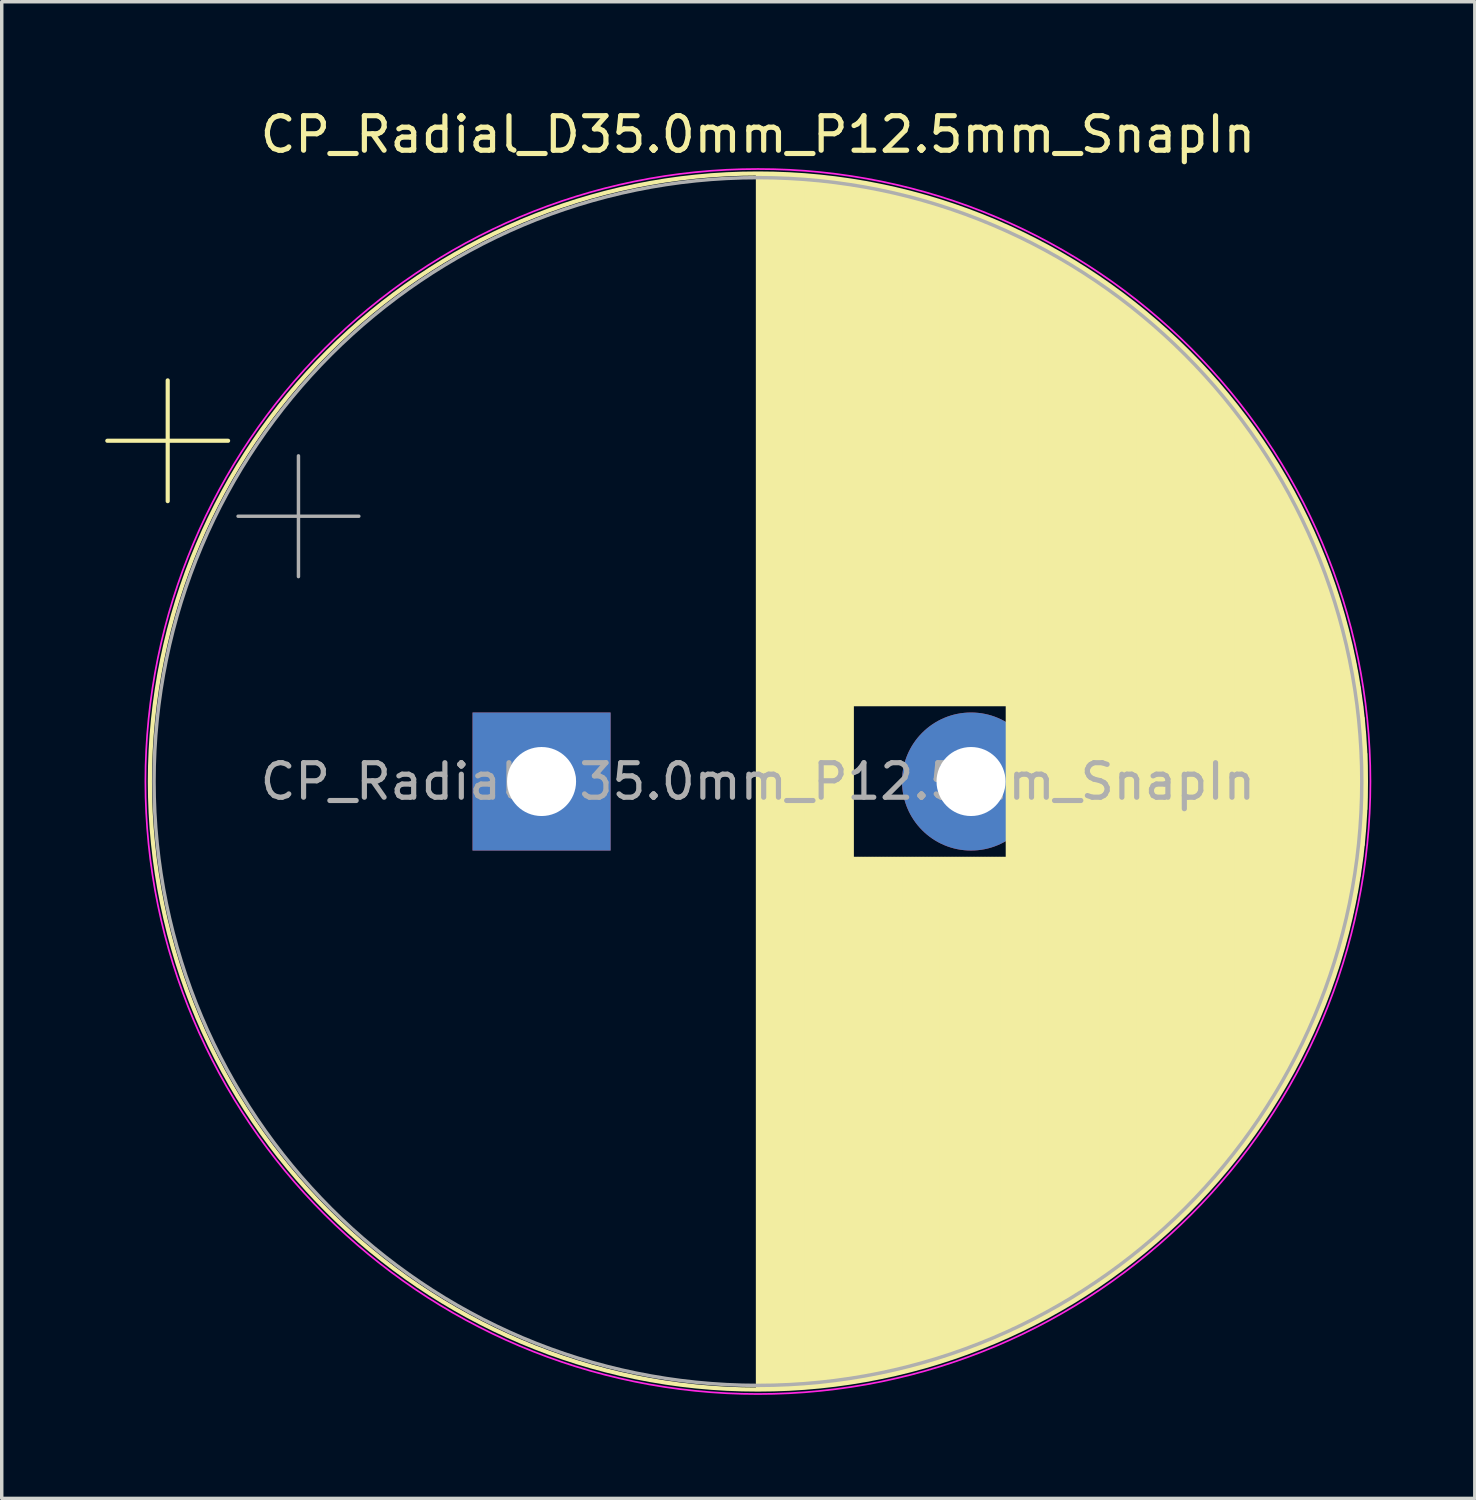
<source format=kicad_pcb>
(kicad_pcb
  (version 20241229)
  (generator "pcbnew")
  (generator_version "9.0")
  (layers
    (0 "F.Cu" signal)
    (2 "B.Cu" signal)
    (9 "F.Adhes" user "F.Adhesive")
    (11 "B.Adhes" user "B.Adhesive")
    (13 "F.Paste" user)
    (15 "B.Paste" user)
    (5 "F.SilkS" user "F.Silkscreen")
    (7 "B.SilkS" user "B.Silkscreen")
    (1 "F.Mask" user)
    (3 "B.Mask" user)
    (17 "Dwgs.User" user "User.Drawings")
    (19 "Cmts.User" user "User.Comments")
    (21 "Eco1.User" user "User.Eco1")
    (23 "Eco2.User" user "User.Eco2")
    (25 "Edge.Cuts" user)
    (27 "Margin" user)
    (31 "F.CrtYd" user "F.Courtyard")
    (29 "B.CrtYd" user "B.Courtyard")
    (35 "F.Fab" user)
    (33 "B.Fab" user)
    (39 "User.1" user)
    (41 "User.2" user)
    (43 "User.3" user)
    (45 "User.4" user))
  (footprint "CP_Radial_D35.0mm_P12.5mm_SnapIn"
    (layer "F.Cu")
    (at 13.914 19.598)
    (property "Reference" "CP_Radial_D35.0mm_P12.5mm_SnapIn" (at 5 -18.75 0) (layer "F.SilkS") (effects (font (size 1 1) (thickness 0.15))))
    (attr through_hole)
    (fp_line (start -13.854 -9.875) (end -10.354 -9.875) (stroke (width 0.12) (type solid)) (layer "F.SilkS"))
    (fp_line (start -12.104 -11.625) (end -12.104 -8.125) (stroke (width 0.12) (type solid)) (layer "F.SilkS"))
    (fp_line (start 5 -17.58) (end 5 17.58) (stroke (width 0.12) (type solid)) (layer "F.SilkS"))
    (fp_line (start 5.04 -17.58) (end 5.04 17.58) (stroke (width 0.12) (type solid)) (layer "F.SilkS"))
    (fp_line (start 5.08 -17.58) (end 5.08 17.58) (stroke (width 0.12) (type solid)) (layer "F.SilkS"))
    (fp_line (start 5.12 -17.58) (end 5.12 17.58) (stroke (width 0.12) (type solid)) (layer "F.SilkS"))
    (fp_line (start 5.16 -17.58) (end 5.16 17.58) (stroke (width 0.12) (type solid)) (layer "F.SilkS"))
    (fp_line (start 5.2 -17.579) (end 5.2 17.579) (stroke (width 0.12) (type solid)) (layer "F.SilkS"))
    (fp_line (start 5.24 -17.579) (end 5.24 17.579) (stroke (width 0.12) (type solid)) (layer "F.SilkS"))
    (fp_line (start 5.28 -17.578) (end 5.28 17.578) (stroke (width 0.12) (type solid)) (layer "F.SilkS"))
    (fp_line (start 5.32 -17.578) (end 5.32 17.578) (stroke (width 0.12) (type solid)) (layer "F.SilkS"))
    (fp_line (start 5.36 -17.577) (end 5.36 17.577) (stroke (width 0.12) (type solid)) (layer "F.SilkS"))
    (fp_line (start 5.4 -17.576) (end 5.4 17.576) (stroke (width 0.12) (type solid)) (layer "F.SilkS"))
    (fp_line (start 5.44 -17.575) (end 5.44 17.575) (stroke (width 0.12) (type solid)) (layer "F.SilkS"))
    (fp_line (start 5.48 -17.574) (end 5.48 17.574) (stroke (width 0.12) (type solid)) (layer "F.SilkS"))
    (fp_line (start 5.52 -17.573) (end 5.52 17.573) (stroke (width 0.12) (type solid)) (layer "F.SilkS"))
    (fp_line (start 5.56 -17.572) (end 5.56 17.572) (stroke (width 0.12) (type solid)) (layer "F.SilkS"))
    (fp_line (start 5.6 -17.57) (end 5.6 17.57) (stroke (width 0.12) (type solid)) (layer "F.SilkS"))
    (fp_line (start 5.64 -17.569) (end 5.64 17.569) (stroke (width 0.12) (type solid)) (layer "F.SilkS"))
    (fp_line (start 5.68 -17.567) (end 5.68 17.567) (stroke (width 0.12) (type solid)) (layer "F.SilkS"))
    (fp_line (start 5.721 -17.566) (end 5.721 17.566) (stroke (width 0.12) (type solid)) (layer "F.SilkS"))
    (fp_line (start 5.761 -17.564) (end 5.761 17.564) (stroke (width 0.12) (type solid)) (layer "F.SilkS"))
    (fp_line (start 5.801 -17.562) (end 5.801 17.562) (stroke (width 0.12) (type solid)) (layer "F.SilkS"))
    (fp_line (start 5.841 -17.56) (end 5.841 17.56) (stroke (width 0.12) (type solid)) (layer "F.SilkS"))
    (fp_line (start 5.881 -17.559) (end 5.881 17.559) (stroke (width 0.12) (type solid)) (layer "F.SilkS"))
    (fp_line (start 5.921 -17.556) (end 5.921 17.556) (stroke (width 0.12) (type solid)) (layer "F.SilkS"))
    (fp_line (start 5.961 -17.554) (end 5.961 17.554) (stroke (width 0.12) (type solid)) (layer "F.SilkS"))
    (fp_line (start 6.001 -17.552) (end 6.001 17.552) (stroke (width 0.12) (type solid)) (layer "F.SilkS"))
    (fp_line (start 6.041 -17.55) (end 6.041 17.55) (stroke (width 0.12) (type solid)) (layer "F.SilkS"))
    (fp_line (start 6.081 -17.547) (end 6.081 17.547) (stroke (width 0.12) (type solid)) (layer "F.SilkS"))
    (fp_line (start 6.121 -17.545) (end 6.121 17.545) (stroke (width 0.12) (type solid)) (layer "F.SilkS"))
    (fp_line (start 6.161 -17.542) (end 6.161 17.542) (stroke (width 0.12) (type solid)) (layer "F.SilkS"))
    (fp_line (start 6.201 -17.54) (end 6.201 17.54) (stroke (width 0.12) (type solid)) (layer "F.SilkS"))
    (fp_line (start 6.241 -17.537) (end 6.241 17.537) (stroke (width 0.12) (type solid)) (layer "F.SilkS"))
    (fp_line (start 6.281 -17.534) (end 6.281 17.534) (stroke (width 0.12) (type solid)) (layer "F.SilkS"))
    (fp_line (start 6.321 -17.531) (end 6.321 17.531) (stroke (width 0.12) (type solid)) (layer "F.SilkS"))
    (fp_line (start 6.361 -17.528) (end 6.361 17.528) (stroke (width 0.12) (type solid)) (layer "F.SilkS"))
    (fp_line (start 6.401 -17.525) (end 6.401 17.525) (stroke (width 0.12) (type solid)) (layer "F.SilkS"))
    (fp_line (start 6.441 -17.522) (end 6.441 17.522) (stroke (width 0.12) (type solid)) (layer "F.SilkS"))
    (fp_line (start 6.481 -17.518) (end 6.481 17.518) (stroke (width 0.12) (type solid)) (layer "F.SilkS"))
    (fp_line (start 6.521 -17.515) (end 6.521 17.515) (stroke (width 0.12) (type solid)) (layer "F.SilkS"))
    (fp_line (start 6.561 -17.511) (end 6.561 17.511) (stroke (width 0.12) (type solid)) (layer "F.SilkS"))
    (fp_line (start 6.601 -17.508) (end 6.601 17.508) (stroke (width 0.12) (type solid)) (layer "F.SilkS"))
    (fp_line (start 6.641 -17.504) (end 6.641 17.504) (stroke (width 0.12) (type solid)) (layer "F.SilkS"))
    (fp_line (start 6.681 -17.5) (end 6.681 17.5) (stroke (width 0.12) (type solid)) (layer "F.SilkS"))
    (fp_line (start 6.721 -17.496) (end 6.721 17.496) (stroke (width 0.12) (type solid)) (layer "F.SilkS"))
    (fp_line (start 6.761 -17.492) (end 6.761 17.492) (stroke (width 0.12) (type solid)) (layer "F.SilkS"))
    (fp_line (start 6.801 -17.488) (end 6.801 17.488) (stroke (width 0.12) (type solid)) (layer "F.SilkS"))
    (fp_line (start 6.841 -17.484) (end 6.841 17.484) (stroke (width 0.12) (type solid)) (layer "F.SilkS"))
    (fp_line (start 6.881 -17.48) (end 6.881 17.48) (stroke (width 0.12) (type solid)) (layer "F.SilkS"))
    (fp_line (start 6.921 -17.476) (end 6.921 17.476) (stroke (width 0.12) (type solid)) (layer "F.SilkS"))
    (fp_line (start 6.961 -17.471) (end 6.961 17.471) (stroke (width 0.12) (type solid)) (layer "F.SilkS"))
    (fp_line (start 7.001 -17.467) (end 7.001 17.467) (stroke (width 0.12) (type solid)) (layer "F.SilkS"))
    (fp_line (start 7.041 -17.462) (end 7.041 17.462) (stroke (width 0.12) (type solid)) (layer "F.SilkS"))
    (fp_line (start 7.081 -17.457) (end 7.081 17.457) (stroke (width 0.12) (type solid)) (layer "F.SilkS"))
    (fp_line (start 7.121 -17.452) (end 7.121 17.452) (stroke (width 0.12) (type solid)) (layer "F.SilkS"))
    (fp_line (start 7.161 -17.448) (end 7.161 17.448) (stroke (width 0.12) (type solid)) (layer "F.SilkS"))
    (fp_line (start 7.201 -17.443) (end 7.201 17.443) (stroke (width 0.12) (type solid)) (layer "F.SilkS"))
    (fp_line (start 7.241 -17.438) (end 7.241 17.438) (stroke (width 0.12) (type solid)) (layer "F.SilkS"))
    (fp_line (start 7.281 -17.432) (end 7.281 17.432) (stroke (width 0.12) (type solid)) (layer "F.SilkS"))
    (fp_line (start 7.321 -17.427) (end 7.321 17.427) (stroke (width 0.12) (type solid)) (layer "F.SilkS"))
    (fp_line (start 7.361 -17.422) (end 7.361 17.422) (stroke (width 0.12) (type solid)) (layer "F.SilkS"))
    (fp_line (start 7.401 -17.416) (end 7.401 17.416) (stroke (width 0.12) (type solid)) (layer "F.SilkS"))
    (fp_line (start 7.441 -17.411) (end 7.441 17.411) (stroke (width 0.12) (type solid)) (layer "F.SilkS"))
    (fp_line (start 7.481 -17.405) (end 7.481 17.405) (stroke (width 0.12) (type solid)) (layer "F.SilkS"))
    (fp_line (start 7.521 -17.399) (end 7.521 17.399) (stroke (width 0.12) (type solid)) (layer "F.SilkS"))
    (fp_line (start 7.561 -17.394) (end 7.561 17.394) (stroke (width 0.12) (type solid)) (layer "F.SilkS"))
    (fp_line (start 7.601 -17.388) (end 7.601 17.388) (stroke (width 0.12) (type solid)) (layer "F.SilkS"))
    (fp_line (start 7.641 -17.382) (end 7.641 17.382) (stroke (width 0.12) (type solid)) (layer "F.SilkS"))
    (fp_line (start 7.681 -17.375) (end 7.681 17.375) (stroke (width 0.12) (type solid)) (layer "F.SilkS"))
    (fp_line (start 7.721 -17.369) (end 7.721 17.369) (stroke (width 0.12) (type solid)) (layer "F.SilkS"))
    (fp_line (start 7.761 -17.363) (end 7.761 -2.24) (stroke (width 0.12) (type solid)) (layer "F.SilkS"))
    (fp_line (start 7.761 2.24) (end 7.761 17.363) (stroke (width 0.12) (type solid)) (layer "F.SilkS"))
    (fp_line (start 7.801 -17.357) (end 7.801 -2.24) (stroke (width 0.12) (type solid)) (layer "F.SilkS"))
    (fp_line (start 7.801 2.24) (end 7.801 17.357) (stroke (width 0.12) (type solid)) (layer "F.SilkS"))
    (fp_line (start 7.841 -17.35) (end 7.841 -2.24) (stroke (width 0.12) (type solid)) (layer "F.SilkS"))
    (fp_line (start 7.841 2.24) (end 7.841 17.35) (stroke (width 0.12) (type solid)) (layer "F.SilkS"))
    (fp_line (start 7.881 -17.344) (end 7.881 -2.24) (stroke (width 0.12) (type solid)) (layer "F.SilkS"))
    (fp_line (start 7.881 2.24) (end 7.881 17.344) (stroke (width 0.12) (type solid)) (layer "F.SilkS"))
    (fp_line (start 7.921 -17.337) (end 7.921 -2.24) (stroke (width 0.12) (type solid)) (layer "F.SilkS"))
    (fp_line (start 7.921 2.24) (end 7.921 17.337) (stroke (width 0.12) (type solid)) (layer "F.SilkS"))
    (fp_line (start 7.961 -17.33) (end 7.961 -2.24) (stroke (width 0.12) (type solid)) (layer "F.SilkS"))
    (fp_line (start 7.961 2.24) (end 7.961 17.33) (stroke (width 0.12) (type solid)) (layer "F.SilkS"))
    (fp_line (start 8.001 -17.323) (end 8.001 -2.24) (stroke (width 0.12) (type solid)) (layer "F.SilkS"))
    (fp_line (start 8.001 2.24) (end 8.001 17.323) (stroke (width 0.12) (type solid)) (layer "F.SilkS"))
    (fp_line (start 8.041 -17.316) (end 8.041 -2.24) (stroke (width 0.12) (type solid)) (layer "F.SilkS"))
    (fp_line (start 8.041 2.24) (end 8.041 17.316) (stroke (width 0.12) (type solid)) (layer "F.SilkS"))
    (fp_line (start 8.081 -17.309) (end 8.081 -2.24) (stroke (width 0.12) (type solid)) (layer "F.SilkS"))
    (fp_line (start 8.081 2.24) (end 8.081 17.309) (stroke (width 0.12) (type solid)) (layer "F.SilkS"))
    (fp_line (start 8.121 -17.302) (end 8.121 -2.24) (stroke (width 0.12) (type solid)) (layer "F.SilkS"))
    (fp_line (start 8.121 2.24) (end 8.121 17.302) (stroke (width 0.12) (type solid)) (layer "F.SilkS"))
    (fp_line (start 8.161 -17.295) (end 8.161 -2.24) (stroke (width 0.12) (type solid)) (layer "F.SilkS"))
    (fp_line (start 8.161 2.24) (end 8.161 17.295) (stroke (width 0.12) (type solid)) (layer "F.SilkS"))
    (fp_line (start 8.201 -17.287) (end 8.201 -2.24) (stroke (width 0.12) (type solid)) (layer "F.SilkS"))
    (fp_line (start 8.201 2.24) (end 8.201 17.287) (stroke (width 0.12) (type solid)) (layer "F.SilkS"))
    (fp_line (start 8.241 -17.28) (end 8.241 -2.24) (stroke (width 0.12) (type solid)) (layer "F.SilkS"))
    (fp_line (start 8.241 2.24) (end 8.241 17.28) (stroke (width 0.12) (type solid)) (layer "F.SilkS"))
    (fp_line (start 8.281 -17.273) (end 8.281 -2.24) (stroke (width 0.12) (type solid)) (layer "F.SilkS"))
    (fp_line (start 8.281 2.24) (end 8.281 17.273) (stroke (width 0.12) (type solid)) (layer "F.SilkS"))
    (fp_line (start 8.321 -17.265) (end 8.321 -2.24) (stroke (width 0.12) (type solid)) (layer "F.SilkS"))
    (fp_line (start 8.321 2.24) (end 8.321 17.265) (stroke (width 0.12) (type solid)) (layer "F.SilkS"))
    (fp_line (start 8.361 -17.257) (end 8.361 -2.24) (stroke (width 0.12) (type solid)) (layer "F.SilkS"))
    (fp_line (start 8.361 2.24) (end 8.361 17.257) (stroke (width 0.12) (type solid)) (layer "F.SilkS"))
    (fp_line (start 8.401 -17.249) (end 8.401 -2.24) (stroke (width 0.12) (type solid)) (layer "F.SilkS"))
    (fp_line (start 8.401 2.24) (end 8.401 17.249) (stroke (width 0.12) (type solid)) (layer "F.SilkS"))
    (fp_line (start 8.441 -17.241) (end 8.441 -2.24) (stroke (width 0.12) (type solid)) (layer "F.SilkS"))
    (fp_line (start 8.441 2.24) (end 8.441 17.241) (stroke (width 0.12) (type solid)) (layer "F.SilkS"))
    (fp_line (start 8.481 -17.233) (end 8.481 -2.24) (stroke (width 0.12) (type solid)) (layer "F.SilkS"))
    (fp_line (start 8.481 2.24) (end 8.481 17.233) (stroke (width 0.12) (type solid)) (layer "F.SilkS"))
    (fp_line (start 8.521 -17.225) (end 8.521 -2.24) (stroke (width 0.12) (type solid)) (layer "F.SilkS"))
    (fp_line (start 8.521 2.24) (end 8.521 17.225) (stroke (width 0.12) (type solid)) (layer "F.SilkS"))
    (fp_line (start 8.561 -17.217) (end 8.561 -2.24) (stroke (width 0.12) (type solid)) (layer "F.SilkS"))
    (fp_line (start 8.561 2.24) (end 8.561 17.217) (stroke (width 0.12) (type solid)) (layer "F.SilkS"))
    (fp_line (start 8.601 -17.209) (end 8.601 -2.24) (stroke (width 0.12) (type solid)) (layer "F.SilkS"))
    (fp_line (start 8.601 2.24) (end 8.601 17.209) (stroke (width 0.12) (type solid)) (layer "F.SilkS"))
    (fp_line (start 8.641 -17.2) (end 8.641 -2.24) (stroke (width 0.12) (type solid)) (layer "F.SilkS"))
    (fp_line (start 8.641 2.24) (end 8.641 17.2) (stroke (width 0.12) (type solid)) (layer "F.SilkS"))
    (fp_line (start 8.681 -17.192) (end 8.681 -2.24) (stroke (width 0.12) (type solid)) (layer "F.SilkS"))
    (fp_line (start 8.681 2.24) (end 8.681 17.192) (stroke (width 0.12) (type solid)) (layer "F.SilkS"))
    (fp_line (start 8.721 -17.183) (end 8.721 -2.24) (stroke (width 0.12) (type solid)) (layer "F.SilkS"))
    (fp_line (start 8.721 2.24) (end 8.721 17.183) (stroke (width 0.12) (type solid)) (layer "F.SilkS"))
    (fp_line (start 8.761 -17.175) (end 8.761 -2.24) (stroke (width 0.12) (type solid)) (layer "F.SilkS"))
    (fp_line (start 8.761 2.24) (end 8.761 17.175) (stroke (width 0.12) (type solid)) (layer "F.SilkS"))
    (fp_line (start 8.801 -17.166) (end 8.801 -2.24) (stroke (width 0.12) (type solid)) (layer "F.SilkS"))
    (fp_line (start 8.801 2.24) (end 8.801 17.166) (stroke (width 0.12) (type solid)) (layer "F.SilkS"))
    (fp_line (start 8.841 -17.157) (end 8.841 -2.24) (stroke (width 0.12) (type solid)) (layer "F.SilkS"))
    (fp_line (start 8.841 2.24) (end 8.841 17.157) (stroke (width 0.12) (type solid)) (layer "F.SilkS"))
    (fp_line (start 8.881 -17.148) (end 8.881 -2.24) (stroke (width 0.12) (type solid)) (layer "F.SilkS"))
    (fp_line (start 8.881 2.24) (end 8.881 17.148) (stroke (width 0.12) (type solid)) (layer "F.SilkS"))
    (fp_line (start 8.921 -17.139) (end 8.921 -2.24) (stroke (width 0.12) (type solid)) (layer "F.SilkS"))
    (fp_line (start 8.921 2.24) (end 8.921 17.139) (stroke (width 0.12) (type solid)) (layer "F.SilkS"))
    (fp_line (start 8.961 -17.13) (end 8.961 -2.24) (stroke (width 0.12) (type solid)) (layer "F.SilkS"))
    (fp_line (start 8.961 2.24) (end 8.961 17.13) (stroke (width 0.12) (type solid)) (layer "F.SilkS"))
    (fp_line (start 9.001 -17.12) (end 9.001 -2.24) (stroke (width 0.12) (type solid)) (layer "F.SilkS"))
    (fp_line (start 9.001 2.24) (end 9.001 17.12) (stroke (width 0.12) (type solid)) (layer "F.SilkS"))
    (fp_line (start 9.041 -17.111) (end 9.041 -2.24) (stroke (width 0.12) (type solid)) (layer "F.SilkS"))
    (fp_line (start 9.041 2.24) (end 9.041 17.111) (stroke (width 0.12) (type solid)) (layer "F.SilkS"))
    (fp_line (start 9.081 -17.102) (end 9.081 -2.24) (stroke (width 0.12) (type solid)) (layer "F.SilkS"))
    (fp_line (start 9.081 2.24) (end 9.081 17.102) (stroke (width 0.12) (type solid)) (layer "F.SilkS"))
    (fp_line (start 9.121 -17.092) (end 9.121 -2.24) (stroke (width 0.12) (type solid)) (layer "F.SilkS"))
    (fp_line (start 9.121 2.24) (end 9.121 17.092) (stroke (width 0.12) (type solid)) (layer "F.SilkS"))
    (fp_line (start 9.161 -17.082) (end 9.161 -2.24) (stroke (width 0.12) (type solid)) (layer "F.SilkS"))
    (fp_line (start 9.161 2.24) (end 9.161 17.082) (stroke (width 0.12) (type solid)) (layer "F.SilkS"))
    (fp_line (start 9.201 -17.073) (end 9.201 -2.24) (stroke (width 0.12) (type solid)) (layer "F.SilkS"))
    (fp_line (start 9.201 2.24) (end 9.201 17.073) (stroke (width 0.12) (type solid)) (layer "F.SilkS"))
    (fp_line (start 9.241 -17.063) (end 9.241 -2.24) (stroke (width 0.12) (type solid)) (layer "F.SilkS"))
    (fp_line (start 9.241 2.24) (end 9.241 17.063) (stroke (width 0.12) (type solid)) (layer "F.SilkS"))
    (fp_line (start 9.281 -17.053) (end 9.281 -2.24) (stroke (width 0.12) (type solid)) (layer "F.SilkS"))
    (fp_line (start 9.281 2.24) (end 9.281 17.053) (stroke (width 0.12) (type solid)) (layer "F.SilkS"))
    (fp_line (start 9.321 -17.043) (end 9.321 -2.24) (stroke (width 0.12) (type solid)) (layer "F.SilkS"))
    (fp_line (start 9.321 2.24) (end 9.321 17.043) (stroke (width 0.12) (type solid)) (layer "F.SilkS"))
    (fp_line (start 9.361 -17.033) (end 9.361 -2.24) (stroke (width 0.12) (type solid)) (layer "F.SilkS"))
    (fp_line (start 9.361 2.24) (end 9.361 17.033) (stroke (width 0.12) (type solid)) (layer "F.SilkS"))
    (fp_line (start 9.401 -17.022) (end 9.401 -2.24) (stroke (width 0.12) (type solid)) (layer "F.SilkS"))
    (fp_line (start 9.401 2.24) (end 9.401 17.022) (stroke (width 0.12) (type solid)) (layer "F.SilkS"))
    (fp_line (start 9.441 -17.012) (end 9.441 -2.24) (stroke (width 0.12) (type solid)) (layer "F.SilkS"))
    (fp_line (start 9.441 2.24) (end 9.441 17.012) (stroke (width 0.12) (type solid)) (layer "F.SilkS"))
    (fp_line (start 9.481 -17.001) (end 9.481 -2.24) (stroke (width 0.12) (type solid)) (layer "F.SilkS"))
    (fp_line (start 9.481 2.24) (end 9.481 17.001) (stroke (width 0.12) (type solid)) (layer "F.SilkS"))
    (fp_line (start 9.521 -16.991) (end 9.521 -2.24) (stroke (width 0.12) (type solid)) (layer "F.SilkS"))
    (fp_line (start 9.521 2.24) (end 9.521 16.991) (stroke (width 0.12) (type solid)) (layer "F.SilkS"))
    (fp_line (start 9.561 -16.98) (end 9.561 -2.24) (stroke (width 0.12) (type solid)) (layer "F.SilkS"))
    (fp_line (start 9.561 2.24) (end 9.561 16.98) (stroke (width 0.12) (type solid)) (layer "F.SilkS"))
    (fp_line (start 9.601 -16.969) (end 9.601 -2.24) (stroke (width 0.12) (type solid)) (layer "F.SilkS"))
    (fp_line (start 9.601 2.24) (end 9.601 16.969) (stroke (width 0.12) (type solid)) (layer "F.SilkS"))
    (fp_line (start 9.641 -16.959) (end 9.641 -2.24) (stroke (width 0.12) (type solid)) (layer "F.SilkS"))
    (fp_line (start 9.641 2.24) (end 9.641 16.959) (stroke (width 0.12) (type solid)) (layer "F.SilkS"))
    (fp_line (start 9.681 -16.948) (end 9.681 -2.24) (stroke (width 0.12) (type solid)) (layer "F.SilkS"))
    (fp_line (start 9.681 2.24) (end 9.681 16.948) (stroke (width 0.12) (type solid)) (layer "F.SilkS"))
    (fp_line (start 9.721 -16.937) (end 9.721 -2.24) (stroke (width 0.12) (type solid)) (layer "F.SilkS"))
    (fp_line (start 9.721 2.24) (end 9.721 16.937) (stroke (width 0.12) (type solid)) (layer "F.SilkS"))
    (fp_line (start 9.761 -16.925) (end 9.761 -2.24) (stroke (width 0.12) (type solid)) (layer "F.SilkS"))
    (fp_line (start 9.761 2.24) (end 9.761 16.925) (stroke (width 0.12) (type solid)) (layer "F.SilkS"))
    (fp_line (start 9.801 -16.914) (end 9.801 -2.24) (stroke (width 0.12) (type solid)) (layer "F.SilkS"))
    (fp_line (start 9.801 2.24) (end 9.801 16.914) (stroke (width 0.12) (type solid)) (layer "F.SilkS"))
    (fp_line (start 9.841 -16.903) (end 9.841 -2.24) (stroke (width 0.12) (type solid)) (layer "F.SilkS"))
    (fp_line (start 9.841 2.24) (end 9.841 16.903) (stroke (width 0.12) (type solid)) (layer "F.SilkS"))
    (fp_line (start 9.881 -16.891) (end 9.881 -2.24) (stroke (width 0.12) (type solid)) (layer "F.SilkS"))
    (fp_line (start 9.881 2.24) (end 9.881 16.891) (stroke (width 0.12) (type solid)) (layer "F.SilkS"))
    (fp_line (start 9.921 -16.88) (end 9.921 -2.24) (stroke (width 0.12) (type solid)) (layer "F.SilkS"))
    (fp_line (start 9.921 2.24) (end 9.921 16.88) (stroke (width 0.12) (type solid)) (layer "F.SilkS"))
    (fp_line (start 9.961 -16.868) (end 9.961 -2.24) (stroke (width 0.12) (type solid)) (layer "F.SilkS"))
    (fp_line (start 9.961 2.24) (end 9.961 16.868) (stroke (width 0.12) (type solid)) (layer "F.SilkS"))
    (fp_line (start 10.001 -16.856) (end 10.001 -2.24) (stroke (width 0.12) (type solid)) (layer "F.SilkS"))
    (fp_line (start 10.001 2.24) (end 10.001 16.856) (stroke (width 0.12) (type solid)) (layer "F.SilkS"))
    (fp_line (start 10.041 -16.844) (end 10.041 -2.24) (stroke (width 0.12) (type solid)) (layer "F.SilkS"))
    (fp_line (start 10.041 2.24) (end 10.041 16.844) (stroke (width 0.12) (type solid)) (layer "F.SilkS"))
    (fp_line (start 10.081 -16.832) (end 10.081 -2.24) (stroke (width 0.12) (type solid)) (layer "F.SilkS"))
    (fp_line (start 10.081 2.24) (end 10.081 16.832) (stroke (width 0.12) (type solid)) (layer "F.SilkS"))
    (fp_line (start 10.121 -16.82) (end 10.121 -2.24) (stroke (width 0.12) (type solid)) (layer "F.SilkS"))
    (fp_line (start 10.121 2.24) (end 10.121 16.82) (stroke (width 0.12) (type solid)) (layer "F.SilkS"))
    (fp_line (start 10.161 -16.808) (end 10.161 -2.24) (stroke (width 0.12) (type solid)) (layer "F.SilkS"))
    (fp_line (start 10.161 2.24) (end 10.161 16.808) (stroke (width 0.12) (type solid)) (layer "F.SilkS"))
    (fp_line (start 10.201 -16.796) (end 10.201 -2.24) (stroke (width 0.12) (type solid)) (layer "F.SilkS"))
    (fp_line (start 10.201 2.24) (end 10.201 16.796) (stroke (width 0.12) (type solid)) (layer "F.SilkS"))
    (fp_line (start 10.241 -16.783) (end 10.241 -2.24) (stroke (width 0.12) (type solid)) (layer "F.SilkS"))
    (fp_line (start 10.241 2.24) (end 10.241 16.783) (stroke (width 0.12) (type solid)) (layer "F.SilkS"))
    (fp_line (start 10.281 -16.771) (end 10.281 -2.24) (stroke (width 0.12) (type solid)) (layer "F.SilkS"))
    (fp_line (start 10.281 2.24) (end 10.281 16.771) (stroke (width 0.12) (type solid)) (layer "F.SilkS"))
    (fp_line (start 10.321 -16.758) (end 10.321 -2.24) (stroke (width 0.12) (type solid)) (layer "F.SilkS"))
    (fp_line (start 10.321 2.24) (end 10.321 16.758) (stroke (width 0.12) (type solid)) (layer "F.SilkS"))
    (fp_line (start 10.361 -16.745) (end 10.361 -2.24) (stroke (width 0.12) (type solid)) (layer "F.SilkS"))
    (fp_line (start 10.361 2.24) (end 10.361 16.745) (stroke (width 0.12) (type solid)) (layer "F.SilkS"))
    (fp_line (start 10.401 -16.733) (end 10.401 -2.24) (stroke (width 0.12) (type solid)) (layer "F.SilkS"))
    (fp_line (start 10.401 2.24) (end 10.401 16.733) (stroke (width 0.12) (type solid)) (layer "F.SilkS"))
    (fp_line (start 10.441 -16.72) (end 10.441 -2.24) (stroke (width 0.12) (type solid)) (layer "F.SilkS"))
    (fp_line (start 10.441 2.24) (end 10.441 16.72) (stroke (width 0.12) (type solid)) (layer "F.SilkS"))
    (fp_line (start 10.481 -16.707) (end 10.481 -2.24) (stroke (width 0.12) (type solid)) (layer "F.SilkS"))
    (fp_line (start 10.481 2.24) (end 10.481 16.707) (stroke (width 0.12) (type solid)) (layer "F.SilkS"))
    (fp_line (start 10.521 -16.694) (end 10.521 -2.24) (stroke (width 0.12) (type solid)) (layer "F.SilkS"))
    (fp_line (start 10.521 2.24) (end 10.521 16.694) (stroke (width 0.12) (type solid)) (layer "F.SilkS"))
    (fp_line (start 10.561 -16.68) (end 10.561 -2.24) (stroke (width 0.12) (type solid)) (layer "F.SilkS"))
    (fp_line (start 10.561 2.24) (end 10.561 16.68) (stroke (width 0.12) (type solid)) (layer "F.SilkS"))
    (fp_line (start 10.601 -16.667) (end 10.601 -2.24) (stroke (width 0.12) (type solid)) (layer "F.SilkS"))
    (fp_line (start 10.601 2.24) (end 10.601 16.667) (stroke (width 0.12) (type solid)) (layer "F.SilkS"))
    (fp_line (start 10.641 -16.653) (end 10.641 -2.24) (stroke (width 0.12) (type solid)) (layer "F.SilkS"))
    (fp_line (start 10.641 2.24) (end 10.641 16.653) (stroke (width 0.12) (type solid)) (layer "F.SilkS"))
    (fp_line (start 10.681 -16.64) (end 10.681 -2.24) (stroke (width 0.12) (type solid)) (layer "F.SilkS"))
    (fp_line (start 10.681 2.24) (end 10.681 16.64) (stroke (width 0.12) (type solid)) (layer "F.SilkS"))
    (fp_line (start 10.721 -16.626) (end 10.721 -2.24) (stroke (width 0.12) (type solid)) (layer "F.SilkS"))
    (fp_line (start 10.721 2.24) (end 10.721 16.626) (stroke (width 0.12) (type solid)) (layer "F.SilkS"))
    (fp_line (start 10.761 -16.612) (end 10.761 -2.24) (stroke (width 0.12) (type solid)) (layer "F.SilkS"))
    (fp_line (start 10.761 2.24) (end 10.761 16.612) (stroke (width 0.12) (type solid)) (layer "F.SilkS"))
    (fp_line (start 10.801 -16.599) (end 10.801 -2.24) (stroke (width 0.12) (type solid)) (layer "F.SilkS"))
    (fp_line (start 10.801 2.24) (end 10.801 16.599) (stroke (width 0.12) (type solid)) (layer "F.SilkS"))
    (fp_line (start 10.841 -16.585) (end 10.841 -2.24) (stroke (width 0.12) (type solid)) (layer "F.SilkS"))
    (fp_line (start 10.841 2.24) (end 10.841 16.585) (stroke (width 0.12) (type solid)) (layer "F.SilkS"))
    (fp_line (start 10.881 -16.57) (end 10.881 -2.24) (stroke (width 0.12) (type solid)) (layer "F.SilkS"))
    (fp_line (start 10.881 2.24) (end 10.881 16.57) (stroke (width 0.12) (type solid)) (layer "F.SilkS"))
    (fp_line (start 10.921 -16.556) (end 10.921 -2.24) (stroke (width 0.12) (type solid)) (layer "F.SilkS"))
    (fp_line (start 10.921 2.24) (end 10.921 16.556) (stroke (width 0.12) (type solid)) (layer "F.SilkS"))
    (fp_line (start 10.961 -16.542) (end 10.961 -2.24) (stroke (width 0.12) (type solid)) (layer "F.SilkS"))
    (fp_line (start 10.961 2.24) (end 10.961 16.542) (stroke (width 0.12) (type solid)) (layer "F.SilkS"))
    (fp_line (start 11.001 -16.527) (end 11.001 -2.24) (stroke (width 0.12) (type solid)) (layer "F.SilkS"))
    (fp_line (start 11.001 2.24) (end 11.001 16.527) (stroke (width 0.12) (type solid)) (layer "F.SilkS"))
    (fp_line (start 11.041 -16.513) (end 11.041 -2.24) (stroke (width 0.12) (type solid)) (layer "F.SilkS"))
    (fp_line (start 11.041 2.24) (end 11.041 16.513) (stroke (width 0.12) (type solid)) (layer "F.SilkS"))
    (fp_line (start 11.081 -16.498) (end 11.081 -2.24) (stroke (width 0.12) (type solid)) (layer "F.SilkS"))
    (fp_line (start 11.081 2.24) (end 11.081 16.498) (stroke (width 0.12) (type solid)) (layer "F.SilkS"))
    (fp_line (start 11.121 -16.484) (end 11.121 -2.24) (stroke (width 0.12) (type solid)) (layer "F.SilkS"))
    (fp_line (start 11.121 2.24) (end 11.121 16.484) (stroke (width 0.12) (type solid)) (layer "F.SilkS"))
    (fp_line (start 11.161 -16.469) (end 11.161 -2.24) (stroke (width 0.12) (type solid)) (layer "F.SilkS"))
    (fp_line (start 11.161 2.24) (end 11.161 16.469) (stroke (width 0.12) (type solid)) (layer "F.SilkS"))
    (fp_line (start 11.201 -16.454) (end 11.201 -2.24) (stroke (width 0.12) (type solid)) (layer "F.SilkS"))
    (fp_line (start 11.201 2.24) (end 11.201 16.454) (stroke (width 0.12) (type solid)) (layer "F.SilkS"))
    (fp_line (start 11.241 -16.439) (end 11.241 -2.24) (stroke (width 0.12) (type solid)) (layer "F.SilkS"))
    (fp_line (start 11.241 2.24) (end 11.241 16.439) (stroke (width 0.12) (type solid)) (layer "F.SilkS"))
    (fp_line (start 11.281 -16.423) (end 11.281 -2.24) (stroke (width 0.12) (type solid)) (layer "F.SilkS"))
    (fp_line (start 11.281 2.24) (end 11.281 16.423) (stroke (width 0.12) (type solid)) (layer "F.SilkS"))
    (fp_line (start 11.321 -16.408) (end 11.321 -2.24) (stroke (width 0.12) (type solid)) (layer "F.SilkS"))
    (fp_line (start 11.321 2.24) (end 11.321 16.408) (stroke (width 0.12) (type solid)) (layer "F.SilkS"))
    (fp_line (start 11.361 -16.393) (end 11.361 -2.24) (stroke (width 0.12) (type solid)) (layer "F.SilkS"))
    (fp_line (start 11.361 2.24) (end 11.361 16.393) (stroke (width 0.12) (type solid)) (layer "F.SilkS"))
    (fp_line (start 11.401 -16.377) (end 11.401 -2.24) (stroke (width 0.12) (type solid)) (layer "F.SilkS"))
    (fp_line (start 11.401 2.24) (end 11.401 16.377) (stroke (width 0.12) (type solid)) (layer "F.SilkS"))
    (fp_line (start 11.441 -16.361) (end 11.441 -2.24) (stroke (width 0.12) (type solid)) (layer "F.SilkS"))
    (fp_line (start 11.441 2.24) (end 11.441 16.361) (stroke (width 0.12) (type solid)) (layer "F.SilkS"))
    (fp_line (start 11.481 -16.346) (end 11.481 -2.24) (stroke (width 0.12) (type solid)) (layer "F.SilkS"))
    (fp_line (start 11.481 2.24) (end 11.481 16.346) (stroke (width 0.12) (type solid)) (layer "F.SilkS"))
    (fp_line (start 11.521 -16.33) (end 11.521 -2.24) (stroke (width 0.12) (type solid)) (layer "F.SilkS"))
    (fp_line (start 11.521 2.24) (end 11.521 16.33) (stroke (width 0.12) (type solid)) (layer "F.SilkS"))
    (fp_line (start 11.561 -16.314) (end 11.561 -2.24) (stroke (width 0.12) (type solid)) (layer "F.SilkS"))
    (fp_line (start 11.561 2.24) (end 11.561 16.314) (stroke (width 0.12) (type solid)) (layer "F.SilkS"))
    (fp_line (start 11.601 -16.298) (end 11.601 -2.24) (stroke (width 0.12) (type solid)) (layer "F.SilkS"))
    (fp_line (start 11.601 2.24) (end 11.601 16.298) (stroke (width 0.12) (type solid)) (layer "F.SilkS"))
    (fp_line (start 11.641 -16.281) (end 11.641 -2.24) (stroke (width 0.12) (type solid)) (layer "F.SilkS"))
    (fp_line (start 11.641 2.24) (end 11.641 16.281) (stroke (width 0.12) (type solid)) (layer "F.SilkS"))
    (fp_line (start 11.681 -16.265) (end 11.681 -2.24) (stroke (width 0.12) (type solid)) (layer "F.SilkS"))
    (fp_line (start 11.681 2.24) (end 11.681 16.265) (stroke (width 0.12) (type solid)) (layer "F.SilkS"))
    (fp_line (start 11.721 -16.249) (end 11.721 -2.24) (stroke (width 0.12) (type solid)) (layer "F.SilkS"))
    (fp_line (start 11.721 2.24) (end 11.721 16.249) (stroke (width 0.12) (type solid)) (layer "F.SilkS"))
    (fp_line (start 11.761 -16.232) (end 11.761 -2.24) (stroke (width 0.12) (type solid)) (layer "F.SilkS"))
    (fp_line (start 11.761 2.24) (end 11.761 16.232) (stroke (width 0.12) (type solid)) (layer "F.SilkS"))
    (fp_line (start 11.801 -16.215) (end 11.801 -2.24) (stroke (width 0.12) (type solid)) (layer "F.SilkS"))
    (fp_line (start 11.801 2.24) (end 11.801 16.215) (stroke (width 0.12) (type solid)) (layer "F.SilkS"))
    (fp_line (start 11.841 -16.199) (end 11.841 -2.24) (stroke (width 0.12) (type solid)) (layer "F.SilkS"))
    (fp_line (start 11.841 2.24) (end 11.841 16.199) (stroke (width 0.12) (type solid)) (layer "F.SilkS"))
    (fp_line (start 11.881 -16.182) (end 11.881 -2.24) (stroke (width 0.12) (type solid)) (layer "F.SilkS"))
    (fp_line (start 11.881 2.24) (end 11.881 16.182) (stroke (width 0.12) (type solid)) (layer "F.SilkS"))
    (fp_line (start 11.921 -16.165) (end 11.921 -2.24) (stroke (width 0.12) (type solid)) (layer "F.SilkS"))
    (fp_line (start 11.921 2.24) (end 11.921 16.165) (stroke (width 0.12) (type solid)) (layer "F.SilkS"))
    (fp_line (start 11.961 -16.148) (end 11.961 -2.24) (stroke (width 0.12) (type solid)) (layer "F.SilkS"))
    (fp_line (start 11.961 2.24) (end 11.961 16.148) (stroke (width 0.12) (type solid)) (layer "F.SilkS"))
    (fp_line (start 12.001 -16.13) (end 12.001 -2.24) (stroke (width 0.12) (type solid)) (layer "F.SilkS"))
    (fp_line (start 12.001 2.24) (end 12.001 16.13) (stroke (width 0.12) (type solid)) (layer "F.SilkS"))
    (fp_line (start 12.041 -16.113) (end 12.041 -2.24) (stroke (width 0.12) (type solid)) (layer "F.SilkS"))
    (fp_line (start 12.041 2.24) (end 12.041 16.113) (stroke (width 0.12) (type solid)) (layer "F.SilkS"))
    (fp_line (start 12.081 -16.095) (end 12.081 -2.24) (stroke (width 0.12) (type solid)) (layer "F.SilkS"))
    (fp_line (start 12.081 2.24) (end 12.081 16.095) (stroke (width 0.12) (type solid)) (layer "F.SilkS"))
    (fp_line (start 12.121 -16.078) (end 12.121 -2.24) (stroke (width 0.12) (type solid)) (layer "F.SilkS"))
    (fp_line (start 12.121 2.24) (end 12.121 16.078) (stroke (width 0.12) (type solid)) (layer "F.SilkS"))
    (fp_line (start 12.161 -16.06) (end 12.161 -2.24) (stroke (width 0.12) (type solid)) (layer "F.SilkS"))
    (fp_line (start 12.161 2.24) (end 12.161 16.06) (stroke (width 0.12) (type solid)) (layer "F.SilkS"))
    (fp_line (start 12.201 -16.042) (end 12.201 -2.24) (stroke (width 0.12) (type solid)) (layer "F.SilkS"))
    (fp_line (start 12.201 2.24) (end 12.201 16.042) (stroke (width 0.12) (type solid)) (layer "F.SilkS"))
    (fp_line (start 12.241 -16.024) (end 12.241 16.024) (stroke (width 0.12) (type solid)) (layer "F.SilkS"))
    (fp_line (start 12.281 -16.006) (end 12.281 16.006) (stroke (width 0.12) (type solid)) (layer "F.SilkS"))
    (fp_line (start 12.321 -15.988) (end 12.321 15.988) (stroke (width 0.12) (type solid)) (layer "F.SilkS"))
    (fp_line (start 12.361 -15.97) (end 12.361 15.97) (stroke (width 0.12) (type solid)) (layer "F.SilkS"))
    (fp_line (start 12.401 -15.951) (end 12.401 15.951) (stroke (width 0.12) (type solid)) (layer "F.SilkS"))
    (fp_line (start 12.441 -15.933) (end 12.441 15.933) (stroke (width 0.12) (type solid)) (layer "F.SilkS"))
    (fp_line (start 12.481 -15.914) (end 12.481 15.914) (stroke (width 0.12) (type solid)) (layer "F.SilkS"))
    (fp_line (start 12.521 -15.895) (end 12.521 15.895) (stroke (width 0.12) (type solid)) (layer "F.SilkS"))
    (fp_line (start 12.561 -15.876) (end 12.561 15.876) (stroke (width 0.12) (type solid)) (layer "F.SilkS"))
    (fp_line (start 12.601 -15.857) (end 12.601 15.857) (stroke (width 0.12) (type solid)) (layer "F.SilkS"))
    (fp_line (start 12.641 -15.838) (end 12.641 15.838) (stroke (width 0.12) (type solid)) (layer "F.SilkS"))
    (fp_line (start 12.681 -15.819) (end 12.681 15.819) (stroke (width 0.12) (type solid)) (layer "F.SilkS"))
    (fp_line (start 12.721 -15.799) (end 12.721 15.799) (stroke (width 0.12) (type solid)) (layer "F.SilkS"))
    (fp_line (start 12.761 -15.78) (end 12.761 15.78) (stroke (width 0.12) (type solid)) (layer "F.SilkS"))
    (fp_line (start 12.801 -15.76) (end 12.801 15.76) (stroke (width 0.12) (type solid)) (layer "F.SilkS"))
    (fp_line (start 12.841 -15.74) (end 12.841 15.74) (stroke (width 0.12) (type solid)) (layer "F.SilkS"))
    (fp_line (start 12.881 -15.72) (end 12.881 15.72) (stroke (width 0.12) (type solid)) (layer "F.SilkS"))
    (fp_line (start 12.921 -15.7) (end 12.921 15.7) (stroke (width 0.12) (type solid)) (layer "F.SilkS"))
    (fp_line (start 12.961 -15.68) (end 12.961 15.68) (stroke (width 0.12) (type solid)) (layer "F.SilkS"))
    (fp_line (start 13.001 -15.66) (end 13.001 15.66) (stroke (width 0.12) (type solid)) (layer "F.SilkS"))
    (fp_line (start 13.041 -15.639) (end 13.041 15.639) (stroke (width 0.12) (type solid)) (layer "F.SilkS"))
    (fp_line (start 13.081 -15.619) (end 13.081 15.619) (stroke (width 0.12) (type solid)) (layer "F.SilkS"))
    (fp_line (start 13.121 -15.598) (end 13.121 15.598) (stroke (width 0.12) (type solid)) (layer "F.SilkS"))
    (fp_line (start 13.161 -15.577) (end 13.161 15.577) (stroke (width 0.12) (type solid)) (layer "F.SilkS"))
    (fp_line (start 13.2 -15.556) (end 13.2 15.556) (stroke (width 0.12) (type solid)) (layer "F.SilkS"))
    (fp_line (start 13.24 -15.535) (end 13.24 15.535) (stroke (width 0.12) (type solid)) (layer "F.SilkS"))
    (fp_line (start 13.28 -15.514) (end 13.28 15.514) (stroke (width 0.12) (type solid)) (layer "F.SilkS"))
    (fp_line (start 13.32 -15.492) (end 13.32 15.492) (stroke (width 0.12) (type solid)) (layer "F.SilkS"))
    (fp_line (start 13.36 -15.471) (end 13.36 15.471) (stroke (width 0.12) (type solid)) (layer "F.SilkS"))
    (fp_line (start 13.4 -15.449) (end 13.4 15.449) (stroke (width 0.12) (type solid)) (layer "F.SilkS"))
    (fp_line (start 13.44 -15.428) (end 13.44 15.428) (stroke (width 0.12) (type solid)) (layer "F.SilkS"))
    (fp_line (start 13.48 -15.406) (end 13.48 15.406) (stroke (width 0.12) (type solid)) (layer "F.SilkS"))
    (fp_line (start 13.52 -15.384) (end 13.52 15.384) (stroke (width 0.12) (type solid)) (layer "F.SilkS"))
    (fp_line (start 13.56 -15.361) (end 13.56 15.361) (stroke (width 0.12) (type solid)) (layer "F.SilkS"))
    (fp_line (start 13.6 -15.339) (end 13.6 15.339) (stroke (width 0.12) (type solid)) (layer "F.SilkS"))
    (fp_line (start 13.64 -15.317) (end 13.64 15.317) (stroke (width 0.12) (type solid)) (layer "F.SilkS"))
    (fp_line (start 13.68 -15.294) (end 13.68 15.294) (stroke (width 0.12) (type solid)) (layer "F.SilkS"))
    (fp_line (start 13.72 -15.271) (end 13.72 15.271) (stroke (width 0.12) (type solid)) (layer "F.SilkS"))
    (fp_line (start 13.76 -15.249) (end 13.76 15.249) (stroke (width 0.12) (type solid)) (layer "F.SilkS"))
    (fp_line (start 13.8 -15.226) (end 13.8 15.226) (stroke (width 0.12) (type solid)) (layer "F.SilkS"))
    (fp_line (start 13.84 -15.203) (end 13.84 15.203) (stroke (width 0.12) (type solid)) (layer "F.SilkS"))
    (fp_line (start 13.88 -15.179) (end 13.88 15.179) (stroke (width 0.12) (type solid)) (layer "F.SilkS"))
    (fp_line (start 13.92 -15.156) (end 13.92 15.156) (stroke (width 0.12) (type solid)) (layer "F.SilkS"))
    (fp_line (start 13.96 -15.132) (end 13.96 15.132) (stroke (width 0.12) (type solid)) (layer "F.SilkS"))
    (fp_line (start 14 -15.109) (end 14 15.109) (stroke (width 0.12) (type solid)) (layer "F.SilkS"))
    (fp_line (start 14.04 -15.085) (end 14.04 15.085) (stroke (width 0.12) (type solid)) (layer "F.SilkS"))
    (fp_line (start 14.08 -15.061) (end 14.08 15.061) (stroke (width 0.12) (type solid)) (layer "F.SilkS"))
    (fp_line (start 14.12 -15.037) (end 14.12 15.037) (stroke (width 0.12) (type solid)) (layer "F.SilkS"))
    (fp_line (start 14.16 -15.012) (end 14.16 15.012) (stroke (width 0.12) (type solid)) (layer "F.SilkS"))
    (fp_line (start 14.2 -14.988) (end 14.2 14.988) (stroke (width 0.12) (type solid)) (layer "F.SilkS"))
    (fp_line (start 14.24 -14.963) (end 14.24 14.963) (stroke (width 0.12) (type solid)) (layer "F.SilkS"))
    (fp_line (start 14.28 -14.939) (end 14.28 14.939) (stroke (width 0.12) (type solid)) (layer "F.SilkS"))
    (fp_line (start 14.32 -14.914) (end 14.32 14.914) (stroke (width 0.12) (type solid)) (layer "F.SilkS"))
    (fp_line (start 14.36 -14.889) (end 14.36 14.889) (stroke (width 0.12) (type solid)) (layer "F.SilkS"))
    (fp_line (start 14.4 -14.864) (end 14.4 14.864) (stroke (width 0.12) (type solid)) (layer "F.SilkS"))
    (fp_line (start 14.44 -14.838) (end 14.44 14.838) (stroke (width 0.12) (type solid)) (layer "F.SilkS"))
    (fp_line (start 14.48 -14.813) (end 14.48 14.813) (stroke (width 0.12) (type solid)) (layer "F.SilkS"))
    (fp_line (start 14.52 -14.787) (end 14.52 14.787) (stroke (width 0.12) (type solid)) (layer "F.SilkS"))
    (fp_line (start 14.56 -14.762) (end 14.56 14.762) (stroke (width 0.12) (type solid)) (layer "F.SilkS"))
    (fp_line (start 14.6 -14.736) (end 14.6 14.736) (stroke (width 0.12) (type solid)) (layer "F.SilkS"))
    (fp_line (start 14.64 -14.71) (end 14.64 14.71) (stroke (width 0.12) (type solid)) (layer "F.SilkS"))
    (fp_line (start 14.68 -14.683) (end 14.68 14.683) (stroke (width 0.12) (type solid)) (layer "F.SilkS"))
    (fp_line (start 14.72 -14.657) (end 14.72 14.657) (stroke (width 0.12) (type solid)) (layer "F.SilkS"))
    (fp_line (start 14.76 -14.63) (end 14.76 14.63) (stroke (width 0.12) (type solid)) (layer "F.SilkS"))
    (fp_line (start 14.8 -14.604) (end 14.8 14.604) (stroke (width 0.12) (type solid)) (layer "F.SilkS"))
    (fp_line (start 14.84 -14.577) (end 14.84 14.577) (stroke (width 0.12) (type solid)) (layer "F.SilkS"))
    (fp_line (start 14.88 -14.55) (end 14.88 14.55) (stroke (width 0.12) (type solid)) (layer "F.SilkS"))
    (fp_line (start 14.92 -14.523) (end 14.92 14.523) (stroke (width 0.12) (type solid)) (layer "F.SilkS"))
    (fp_line (start 14.96 -14.495) (end 14.96 14.495) (stroke (width 0.12) (type solid)) (layer "F.SilkS"))
    (fp_line (start 15 -14.468) (end 15 14.468) (stroke (width 0.12) (type solid)) (layer "F.SilkS"))
    (fp_line (start 15.04 -14.44) (end 15.04 14.44) (stroke (width 0.12) (type solid)) (layer "F.SilkS"))
    (fp_line (start 15.08 -14.412) (end 15.08 14.412) (stroke (width 0.12) (type solid)) (layer "F.SilkS"))
    (fp_line (start 15.12 -14.384) (end 15.12 14.384) (stroke (width 0.12) (type solid)) (layer "F.SilkS"))
    (fp_line (start 15.16 -14.356) (end 15.16 14.356) (stroke (width 0.12) (type solid)) (layer "F.SilkS"))
    (fp_line (start 15.2 -14.328) (end 15.2 14.328) (stroke (width 0.12) (type solid)) (layer "F.SilkS"))
    (fp_line (start 15.24 -14.299) (end 15.24 14.299) (stroke (width 0.12) (type solid)) (layer "F.SilkS"))
    (fp_line (start 15.28 -14.271) (end 15.28 14.271) (stroke (width 0.12) (type solid)) (layer "F.SilkS"))
    (fp_line (start 15.32 -14.242) (end 15.32 14.242) (stroke (width 0.12) (type solid)) (layer "F.SilkS"))
    (fp_line (start 15.36 -14.213) (end 15.36 14.213) (stroke (width 0.12) (type solid)) (layer "F.SilkS"))
    (fp_line (start 15.4 -14.184) (end 15.4 14.184) (stroke (width 0.12) (type solid)) (layer "F.SilkS"))
    (fp_line (start 15.44 -14.155) (end 15.44 14.155) (stroke (width 0.12) (type solid)) (layer "F.SilkS"))
    (fp_line (start 15.48 -14.125) (end 15.48 14.125) (stroke (width 0.12) (type solid)) (layer "F.SilkS"))
    (fp_line (start 15.52 -14.095) (end 15.52 14.095) (stroke (width 0.12) (type solid)) (layer "F.SilkS"))
    (fp_line (start 15.56 -14.065) (end 15.56 14.065) (stroke (width 0.12) (type solid)) (layer "F.SilkS"))
    (fp_line (start 15.6 -14.035) (end 15.6 14.035) (stroke (width 0.12) (type solid)) (layer "F.SilkS"))
    (fp_line (start 15.64 -14.005) (end 15.64 14.005) (stroke (width 0.12) (type solid)) (layer "F.SilkS"))
    (fp_line (start 15.68 -13.975) (end 15.68 13.975) (stroke (width 0.12) (type solid)) (layer "F.SilkS"))
    (fp_line (start 15.72 -13.944) (end 15.72 13.944) (stroke (width 0.12) (type solid)) (layer "F.SilkS"))
    (fp_line (start 15.76 -13.914) (end 15.76 13.914) (stroke (width 0.12) (type solid)) (layer "F.SilkS"))
    (fp_line (start 15.8 -13.883) (end 15.8 13.883) (stroke (width 0.12) (type solid)) (layer "F.SilkS"))
    (fp_line (start 15.84 -13.851) (end 15.84 13.851) (stroke (width 0.12) (type solid)) (layer "F.SilkS"))
    (fp_line (start 15.88 -13.82) (end 15.88 13.82) (stroke (width 0.12) (type solid)) (layer "F.SilkS"))
    (fp_line (start 15.92 -13.789) (end 15.92 13.789) (stroke (width 0.12) (type solid)) (layer "F.SilkS"))
    (fp_line (start 15.96 -13.757) (end 15.96 13.757) (stroke (width 0.12) (type solid)) (layer "F.SilkS"))
    (fp_line (start 16 -13.725) (end 16 13.725) (stroke (width 0.12) (type solid)) (layer "F.SilkS"))
    (fp_line (start 16.04 -13.693) (end 16.04 13.693) (stroke (width 0.12) (type solid)) (layer "F.SilkS"))
    (fp_line (start 16.08 -13.661) (end 16.08 13.661) (stroke (width 0.12) (type solid)) (layer "F.SilkS"))
    (fp_line (start 16.12 -13.628) (end 16.12 13.628) (stroke (width 0.12) (type solid)) (layer "F.SilkS"))
    (fp_line (start 16.16 -13.596) (end 16.16 13.596) (stroke (width 0.12) (type solid)) (layer "F.SilkS"))
    (fp_line (start 16.2 -13.563) (end 16.2 13.563) (stroke (width 0.12) (type solid)) (layer "F.SilkS"))
    (fp_line (start 16.24 -13.53) (end 16.24 13.53) (stroke (width 0.12) (type solid)) (layer "F.SilkS"))
    (fp_line (start 16.28 -13.497) (end 16.28 13.497) (stroke (width 0.12) (type solid)) (layer "F.SilkS"))
    (fp_line (start 16.32 -13.463) (end 16.32 13.463) (stroke (width 0.12) (type solid)) (layer "F.SilkS"))
    (fp_line (start 16.36 -13.43) (end 16.36 13.43) (stroke (width 0.12) (type solid)) (layer "F.SilkS"))
    (fp_line (start 16.4 -13.396) (end 16.4 13.396) (stroke (width 0.12) (type solid)) (layer "F.SilkS"))
    (fp_line (start 16.44 -13.362) (end 16.44 13.362) (stroke (width 0.12) (type solid)) (layer "F.SilkS"))
    (fp_line (start 16.48 -13.327) (end 16.48 13.327) (stroke (width 0.12) (type solid)) (layer "F.SilkS"))
    (fp_line (start 16.52 -13.293) (end 16.52 13.293) (stroke (width 0.12) (type solid)) (layer "F.SilkS"))
    (fp_line (start 16.56 -13.258) (end 16.56 13.258) (stroke (width 0.12) (type solid)) (layer "F.SilkS"))
    (fp_line (start 16.6 -13.223) (end 16.6 13.223) (stroke (width 0.12) (type solid)) (layer "F.SilkS"))
    (fp_line (start 16.64 -13.188) (end 16.64 13.188) (stroke (width 0.12) (type solid)) (layer "F.SilkS"))
    (fp_line (start 16.68 -13.153) (end 16.68 13.153) (stroke (width 0.12) (type solid)) (layer "F.SilkS"))
    (fp_line (start 16.72 -13.117) (end 16.72 13.117) (stroke (width 0.12) (type solid)) (layer "F.SilkS"))
    (fp_line (start 16.76 -13.082) (end 16.76 13.082) (stroke (width 0.12) (type solid)) (layer "F.SilkS"))
    (fp_line (start 16.8 -13.046) (end 16.8 13.046) (stroke (width 0.12) (type solid)) (layer "F.SilkS"))
    (fp_line (start 16.84 -13.01) (end 16.84 13.01) (stroke (width 0.12) (type solid)) (layer "F.SilkS"))
    (fp_line (start 16.88 -12.973) (end 16.88 12.973) (stroke (width 0.12) (type solid)) (layer "F.SilkS"))
    (fp_line (start 16.92 -12.937) (end 16.92 12.937) (stroke (width 0.12) (type solid)) (layer "F.SilkS"))
    (fp_line (start 16.96 -12.9) (end 16.96 12.9) (stroke (width 0.12) (type solid)) (layer "F.SilkS"))
    (fp_line (start 17 -12.863) (end 17 12.863) (stroke (width 0.12) (type solid)) (layer "F.SilkS"))
    (fp_line (start 17.04 -12.825) (end 17.04 12.825) (stroke (width 0.12) (type solid)) (layer "F.SilkS"))
    (fp_line (start 17.08 -12.788) (end 17.08 12.788) (stroke (width 0.12) (type solid)) (layer "F.SilkS"))
    (fp_line (start 17.12 -12.75) (end 17.12 12.75) (stroke (width 0.12) (type solid)) (layer "F.SilkS"))
    (fp_line (start 17.16 -12.712) (end 17.16 12.712) (stroke (width 0.12) (type solid)) (layer "F.SilkS"))
    (fp_line (start 17.2 -12.674) (end 17.2 12.674) (stroke (width 0.12) (type solid)) (layer "F.SilkS"))
    (fp_line (start 17.24 -12.635) (end 17.24 12.635) (stroke (width 0.12) (type solid)) (layer "F.SilkS"))
    (fp_line (start 17.28 -12.596) (end 17.28 12.596) (stroke (width 0.12) (type solid)) (layer "F.SilkS"))
    (fp_line (start 17.32 -12.557) (end 17.32 12.557) (stroke (width 0.12) (type solid)) (layer "F.SilkS"))
    (fp_line (start 17.36 -12.518) (end 17.36 12.518) (stroke (width 0.12) (type solid)) (layer "F.SilkS"))
    (fp_line (start 17.4 -12.479) (end 17.4 12.479) (stroke (width 0.12) (type solid)) (layer "F.SilkS"))
    (fp_line (start 17.44 -12.439) (end 17.44 12.439) (stroke (width 0.12) (type solid)) (layer "F.SilkS"))
    (fp_line (start 17.48 -12.399) (end 17.48 12.399) (stroke (width 0.12) (type solid)) (layer "F.SilkS"))
    (fp_line (start 17.52 -12.359) (end 17.52 12.359) (stroke (width 0.12) (type solid)) (layer "F.SilkS"))
    (fp_line (start 17.56 -12.318) (end 17.56 12.318) (stroke (width 0.12) (type solid)) (layer "F.SilkS"))
    (fp_line (start 17.6 -12.277) (end 17.6 12.277) (stroke (width 0.12) (type solid)) (layer "F.SilkS"))
    (fp_line (start 17.64 -12.236) (end 17.64 12.236) (stroke (width 0.12) (type solid)) (layer "F.SilkS"))
    (fp_line (start 17.68 -12.195) (end 17.68 12.195) (stroke (width 0.12) (type solid)) (layer "F.SilkS"))
    (fp_line (start 17.72 -12.153) (end 17.72 12.153) (stroke (width 0.12) (type solid)) (layer "F.SilkS"))
    (fp_line (start 17.76 -12.111) (end 17.76 12.111) (stroke (width 0.12) (type solid)) (layer "F.SilkS"))
    (fp_line (start 17.8 -12.069) (end 17.8 12.069) (stroke (width 0.12) (type solid)) (layer "F.SilkS"))
    (fp_line (start 17.84 -12.027) (end 17.84 12.027) (stroke (width 0.12) (type solid)) (layer "F.SilkS"))
    (fp_line (start 17.88 -11.984) (end 17.88 11.984) (stroke (width 0.12) (type solid)) (layer "F.SilkS"))
    (fp_line (start 17.92 -11.941) (end 17.92 11.941) (stroke (width 0.12) (type solid)) (layer "F.SilkS"))
    (fp_line (start 17.96 -11.898) (end 17.96 11.898) (stroke (width 0.12) (type solid)) (layer "F.SilkS"))
    (fp_line (start 18 -11.854) (end 18 11.854) (stroke (width 0.12) (type solid)) (layer "F.SilkS"))
    (fp_line (start 18.04 -11.811) (end 18.04 11.811) (stroke (width 0.12) (type solid)) (layer "F.SilkS"))
    (fp_line (start 18.08 -11.766) (end 18.08 11.766) (stroke (width 0.12) (type solid)) (layer "F.SilkS"))
    (fp_line (start 18.12 -11.722) (end 18.12 11.722) (stroke (width 0.12) (type solid)) (layer "F.SilkS"))
    (fp_line (start 18.16 -11.677) (end 18.16 11.677) (stroke (width 0.12) (type solid)) (layer "F.SilkS"))
    (fp_line (start 18.2 -11.632) (end 18.2 11.632) (stroke (width 0.12) (type solid)) (layer "F.SilkS"))
    (fp_line (start 18.24 -11.587) (end 18.24 11.587) (stroke (width 0.12) (type solid)) (layer "F.SilkS"))
    (fp_line (start 18.28 -11.541) (end 18.28 11.541) (stroke (width 0.12) (type solid)) (layer "F.SilkS"))
    (fp_line (start 18.32 -11.495) (end 18.32 11.495) (stroke (width 0.12) (type solid)) (layer "F.SilkS"))
    (fp_line (start 18.36 -11.449) (end 18.36 11.449) (stroke (width 0.12) (type solid)) (layer "F.SilkS"))
    (fp_line (start 18.4 -11.402) (end 18.4 11.402) (stroke (width 0.12) (type solid)) (layer "F.SilkS"))
    (fp_line (start 18.44 -11.355) (end 18.44 11.355) (stroke (width 0.12) (type solid)) (layer "F.SilkS"))
    (fp_line (start 18.48 -11.307) (end 18.48 11.307) (stroke (width 0.12) (type solid)) (layer "F.SilkS"))
    (fp_line (start 18.52 -11.26) (end 18.52 11.26) (stroke (width 0.12) (type solid)) (layer "F.SilkS"))
    (fp_line (start 18.56 -11.212) (end 18.56 11.212) (stroke (width 0.12) (type solid)) (layer "F.SilkS"))
    (fp_line (start 18.6 -11.163) (end 18.6 11.163) (stroke (width 0.12) (type solid)) (layer "F.SilkS"))
    (fp_line (start 18.64 -11.115) (end 18.64 11.115) (stroke (width 0.12) (type solid)) (layer "F.SilkS"))
    (fp_line (start 18.68 -11.066) (end 18.68 11.066) (stroke (width 0.12) (type solid)) (layer "F.SilkS"))
    (fp_line (start 18.72 -11.016) (end 18.72 11.016) (stroke (width 0.12) (type solid)) (layer "F.SilkS"))
    (fp_line (start 18.76 -10.966) (end 18.76 10.966) (stroke (width 0.12) (type solid)) (layer "F.SilkS"))
    (fp_line (start 18.8 -10.916) (end 18.8 10.916) (stroke (width 0.12) (type solid)) (layer "F.SilkS"))
    (fp_line (start 18.84 -10.865) (end 18.84 10.865) (stroke (width 0.12) (type solid)) (layer "F.SilkS"))
    (fp_line (start 18.88 -10.815) (end 18.88 10.815) (stroke (width 0.12) (type solid)) (layer "F.SilkS"))
    (fp_line (start 18.92 -10.763) (end 18.92 10.763) (stroke (width 0.12) (type solid)) (layer "F.SilkS"))
    (fp_line (start 18.96 -10.711) (end 18.96 10.711) (stroke (width 0.12) (type solid)) (layer "F.SilkS"))
    (fp_line (start 19 -10.659) (end 19 10.659) (stroke (width 0.12) (type solid)) (layer "F.SilkS"))
    (fp_line (start 19.04 -10.607) (end 19.04 10.607) (stroke (width 0.12) (type solid)) (layer "F.SilkS"))
    (fp_line (start 19.08 -10.554) (end 19.08 10.554) (stroke (width 0.12) (type solid)) (layer "F.SilkS"))
    (fp_line (start 19.12 -10.5) (end 19.12 10.5) (stroke (width 0.12) (type solid)) (layer "F.SilkS"))
    (fp_line (start 19.16 -10.447) (end 19.16 10.447) (stroke (width 0.12) (type solid)) (layer "F.SilkS"))
    (fp_line (start 19.2 -10.392) (end 19.2 10.392) (stroke (width 0.12) (type solid)) (layer "F.SilkS"))
    (fp_line (start 19.24 -10.338) (end 19.24 10.338) (stroke (width 0.12) (type solid)) (layer "F.SilkS"))
    (fp_line (start 19.28 -10.283) (end 19.28 10.283) (stroke (width 0.12) (type solid)) (layer "F.SilkS"))
    (fp_line (start 19.32 -10.227) (end 19.32 10.227) (stroke (width 0.12) (type solid)) (layer "F.SilkS"))
    (fp_line (start 19.36 -10.171) (end 19.36 10.171) (stroke (width 0.12) (type solid)) (layer "F.SilkS"))
    (fp_line (start 19.4 -10.115) (end 19.4 10.115) (stroke (width 0.12) (type solid)) (layer "F.SilkS"))
    (fp_line (start 19.44 -10.058) (end 19.44 10.058) (stroke (width 0.12) (type solid)) (layer "F.SilkS"))
    (fp_line (start 19.48 -10) (end 19.48 10) (stroke (width 0.12) (type solid)) (layer "F.SilkS"))
    (fp_line (start 19.52 -9.942) (end 19.52 9.942) (stroke (width 0.12) (type solid)) (layer "F.SilkS"))
    (fp_line (start 19.56 -9.884) (end 19.56 9.884) (stroke (width 0.12) (type solid)) (layer "F.SilkS"))
    (fp_line (start 19.6 -9.825) (end 19.6 9.825) (stroke (width 0.12) (type solid)) (layer "F.SilkS"))
    (fp_line (start 19.64 -9.765) (end 19.64 9.765) (stroke (width 0.12) (type solid)) (layer "F.SilkS"))
    (fp_line (start 19.68 -9.705) (end 19.68 9.705) (stroke (width 0.12) (type solid)) (layer "F.SilkS"))
    (fp_line (start 19.72 -9.645) (end 19.72 9.645) (stroke (width 0.12) (type solid)) (layer "F.SilkS"))
    (fp_line (start 19.76 -9.584) (end 19.76 9.584) (stroke (width 0.12) (type solid)) (layer "F.SilkS"))
    (fp_line (start 19.8 -9.522) (end 19.8 9.522) (stroke (width 0.12) (type solid)) (layer "F.SilkS"))
    (fp_line (start 19.84 -9.46) (end 19.84 9.46) (stroke (width 0.12) (type solid)) (layer "F.SilkS"))
    (fp_line (start 19.88 -9.397) (end 19.88 9.397) (stroke (width 0.12) (type solid)) (layer "F.SilkS"))
    (fp_line (start 19.92 -9.334) (end 19.92 9.334) (stroke (width 0.12) (type solid)) (layer "F.SilkS"))
    (fp_line (start 19.96 -9.27) (end 19.96 9.27) (stroke (width 0.12) (type solid)) (layer "F.SilkS"))
    (fp_line (start 20 -9.205) (end 20 9.205) (stroke (width 0.12) (type solid)) (layer "F.SilkS"))
    (fp_line (start 20.04 -9.14) (end 20.04 9.14) (stroke (width 0.12) (type solid)) (layer "F.SilkS"))
    (fp_line (start 20.08 -9.074) (end 20.08 9.074) (stroke (width 0.12) (type solid)) (layer "F.SilkS"))
    (fp_line (start 20.12 -9.008) (end 20.12 9.008) (stroke (width 0.12) (type solid)) (layer "F.SilkS"))
    (fp_line (start 20.16 -8.94) (end 20.16 8.94) (stroke (width 0.12) (type solid)) (layer "F.SilkS"))
    (fp_line (start 20.2 -8.873) (end 20.2 8.873) (stroke (width 0.12) (type solid)) (layer "F.SilkS"))
    (fp_line (start 20.24 -8.804) (end 20.24 8.804) (stroke (width 0.12) (type solid)) (layer "F.SilkS"))
    (fp_line (start 20.28 -8.735) (end 20.28 8.735) (stroke (width 0.12) (type solid)) (layer "F.SilkS"))
    (fp_line (start 20.32 -8.665) (end 20.32 8.665) (stroke (width 0.12) (type solid)) (layer "F.SilkS"))
    (fp_line (start 20.36 -8.594) (end 20.36 8.594) (stroke (width 0.12) (type solid)) (layer "F.SilkS"))
    (fp_line (start 20.4 -8.522) (end 20.4 8.522) (stroke (width 0.12) (type solid)) (layer "F.SilkS"))
    (fp_line (start 20.44 -8.45) (end 20.44 8.45) (stroke (width 0.12) (type solid)) (layer "F.SilkS"))
    (fp_line (start 20.48 -8.377) (end 20.48 8.377) (stroke (width 0.12) (type solid)) (layer "F.SilkS"))
    (fp_line (start 20.52 -8.303) (end 20.52 8.303) (stroke (width 0.12) (type solid)) (layer "F.SilkS"))
    (fp_line (start 20.56 -8.228) (end 20.56 8.228) (stroke (width 0.12) (type solid)) (layer "F.SilkS"))
    (fp_line (start 20.6 -8.152) (end 20.6 8.152) (stroke (width 0.12) (type solid)) (layer "F.SilkS"))
    (fp_line (start 20.64 -8.076) (end 20.64 8.076) (stroke (width 0.12) (type solid)) (layer "F.SilkS"))
    (fp_line (start 20.68 -7.998) (end 20.68 7.998) (stroke (width 0.12) (type solid)) (layer "F.SilkS"))
    (fp_line (start 20.72 -7.92) (end 20.72 7.92) (stroke (width 0.12) (type solid)) (layer "F.SilkS"))
    (fp_line (start 20.76 -7.84) (end 20.76 7.84) (stroke (width 0.12) (type solid)) (layer "F.SilkS"))
    (fp_line (start 20.8 -7.759) (end 20.8 7.759) (stroke (width 0.12) (type solid)) (layer "F.SilkS"))
    (fp_line (start 20.84 -7.678) (end 20.84 7.678) (stroke (width 0.12) (type solid)) (layer "F.SilkS"))
    (fp_line (start 20.88 -7.595) (end 20.88 7.595) (stroke (width 0.12) (type solid)) (layer "F.SilkS"))
    (fp_line (start 20.92 -7.512) (end 20.92 7.512) (stroke (width 0.12) (type solid)) (layer "F.SilkS"))
    (fp_line (start 20.96 -7.427) (end 20.96 7.427) (stroke (width 0.12) (type solid)) (layer "F.SilkS"))
    (fp_line (start 21 -7.341) (end 21 7.341) (stroke (width 0.12) (type solid)) (layer "F.SilkS"))
    (fp_line (start 21.04 -7.253) (end 21.04 7.253) (stroke (width 0.12) (type solid)) (layer "F.SilkS"))
    (fp_line (start 21.08 -7.165) (end 21.08 7.165) (stroke (width 0.12) (type solid)) (layer "F.SilkS"))
    (fp_line (start 21.12 -7.075) (end 21.12 7.075) (stroke (width 0.12) (type solid)) (layer "F.SilkS"))
    (fp_line (start 21.16 -6.983) (end 21.16 6.983) (stroke (width 0.12) (type solid)) (layer "F.SilkS"))
    (fp_line (start 21.2 -6.89) (end 21.2 6.89) (stroke (width 0.12) (type solid)) (layer "F.SilkS"))
    (fp_line (start 21.24 -6.796) (end 21.24 6.796) (stroke (width 0.12) (type solid)) (layer "F.SilkS"))
    (fp_line (start 21.28 -6.7) (end 21.28 6.7) (stroke (width 0.12) (type solid)) (layer "F.SilkS"))
    (fp_line (start 21.32 -6.603) (end 21.32 6.603) (stroke (width 0.12) (type solid)) (layer "F.SilkS"))
    (fp_line (start 21.36 -6.504) (end 21.36 6.504) (stroke (width 0.12) (type solid)) (layer "F.SilkS"))
    (fp_line (start 21.4 -6.403) (end 21.4 6.403) (stroke (width 0.12) (type solid)) (layer "F.SilkS"))
    (fp_line (start 21.44 -6.3) (end 21.44 6.3) (stroke (width 0.12) (type solid)) (layer "F.SilkS"))
    (fp_line (start 21.48 -6.195) (end 21.48 6.195) (stroke (width 0.12) (type solid)) (layer "F.SilkS"))
    (fp_line (start 21.52 -6.089) (end 21.52 6.089) (stroke (width 0.12) (type solid)) (layer "F.SilkS"))
    (fp_line (start 21.56 -5.98) (end 21.56 5.98) (stroke (width 0.12) (type solid)) (layer "F.SilkS"))
    (fp_line (start 21.6 -5.868) (end 21.6 5.868) (stroke (width 0.12) (type solid)) (layer "F.SilkS"))
    (fp_line (start 21.64 -5.755) (end 21.64 5.755) (stroke (width 0.12) (type solid)) (layer "F.SilkS"))
    (fp_line (start 21.68 -5.639) (end 21.68 5.639) (stroke (width 0.12) (type solid)) (layer "F.SilkS"))
    (fp_line (start 21.72 -5.52) (end 21.72 5.52) (stroke (width 0.12) (type solid)) (layer "F.SilkS"))
    (fp_line (start 21.76 -5.398) (end 21.76 5.398) (stroke (width 0.12) (type solid)) (layer "F.SilkS"))
    (fp_line (start 21.8 -5.273) (end 21.8 5.273) (stroke (width 0.12) (type solid)) (layer "F.SilkS"))
    (fp_line (start 21.84 -5.145) (end 21.84 5.145) (stroke (width 0.12) (type solid)) (layer "F.SilkS"))
    (fp_line (start 21.88 -5.013) (end 21.88 5.013) (stroke (width 0.12) (type solid)) (layer "F.SilkS"))
    (fp_line (start 21.92 -4.878) (end 21.92 4.878) (stroke (width 0.12) (type solid)) (layer "F.SilkS"))
    (fp_line (start 21.96 -4.738) (end 21.96 4.738) (stroke (width 0.12) (type solid)) (layer "F.SilkS"))
    (fp_line (start 22 -4.593) (end 22 4.593) (stroke (width 0.12) (type solid)) (layer "F.SilkS"))
    (fp_line (start 22.04 -4.444) (end 22.04 4.444) (stroke (width 0.12) (type solid)) (layer "F.SilkS"))
    (fp_line (start 22.08 -4.289) (end 22.08 4.289) (stroke (width 0.12) (type solid)) (layer "F.SilkS"))
    (fp_line (start 22.12 -4.128) (end 22.12 4.128) (stroke (width 0.12) (type solid)) (layer "F.SilkS"))
    (fp_line (start 22.16 -3.96) (end 22.16 3.96) (stroke (width 0.12) (type solid)) (layer "F.SilkS"))
    (fp_line (start 22.2 -3.785) (end 22.2 3.785) (stroke (width 0.12) (type solid)) (layer "F.SilkS"))
    (fp_line (start 22.24 -3.6) (end 22.24 3.6) (stroke (width 0.12) (type solid)) (layer "F.SilkS"))
    (fp_line (start 22.28 -3.405) (end 22.28 3.405) (stroke (width 0.12) (type solid)) (layer "F.SilkS"))
    (fp_line (start 22.32 -3.198) (end 22.32 3.198) (stroke (width 0.12) (type solid)) (layer "F.SilkS"))
    (fp_line (start 22.36 -2.976) (end 22.36 2.976) (stroke (width 0.12) (type solid)) (layer "F.SilkS"))
    (fp_line (start 22.4 -2.736) (end 22.4 2.736) (stroke (width 0.12) (type solid)) (layer "F.SilkS"))
    (fp_line (start 22.44 -2.473) (end 22.44 2.473) (stroke (width 0.12) (type solid)) (layer "F.SilkS"))
    (fp_line (start 22.48 -2.177) (end 22.48 2.177) (stroke (width 0.12) (type solid)) (layer "F.SilkS"))
    (fp_line (start 22.52 -1.835) (end 22.52 1.835) (stroke (width 0.12) (type solid)) (layer "F.SilkS"))
    (fp_line (start 22.56 -1.413) (end 22.56 1.413) (stroke (width 0.12) (type solid)) (layer "F.SilkS"))
    (fp_line (start 22.6 -0.8) (end 22.6 0.8) (stroke (width 0.12) (type solid)) (layer "F.SilkS"))
    (fp_circle (center 5 0) (end 22.62 0) (stroke (width 0.12) (type solid)) (fill no) (layer "F.SilkS"))
    (fp_circle (center 5 0) (end 22.75 0) (stroke (width 0.05) (type solid)) (fill no) (layer "F.CrtYd"))
    (fp_line (start -10.065 -7.688) (end -6.565 -7.688) (stroke (width 0.1) (type solid)) (layer "F.Fab"))
    (fp_line (start -8.315 -9.438) (end -8.315 -5.938) (stroke (width 0.1) (type solid)) (layer "F.Fab"))
    (fp_circle (center 5 0) (end 22.5 0) (stroke (width 0.1) (type solid)) (fill no) (layer "F.Fab"))
    (fp_text user "${REFERENCE}" (at 5 0 0) (layer "F.Fab") (effects (font (size 1 1) (thickness 0.15))))
    (pad "1" thru_hole rect (at -1.27 0) (size 4 4) (drill 2) (layers "*.Cu" "*.Mask"))
    (pad "2" thru_hole circle (at 11.176 0) (size 4 4) (drill 2) (layers "*.Cu" "*.Mask")))
  (gr_rect
    (start -3 -3)
    (end 39.689 40.373)
    (stroke (width 0.1) (type default))
    (fill no)
    (layer "Edge.Cuts")))
</source>
